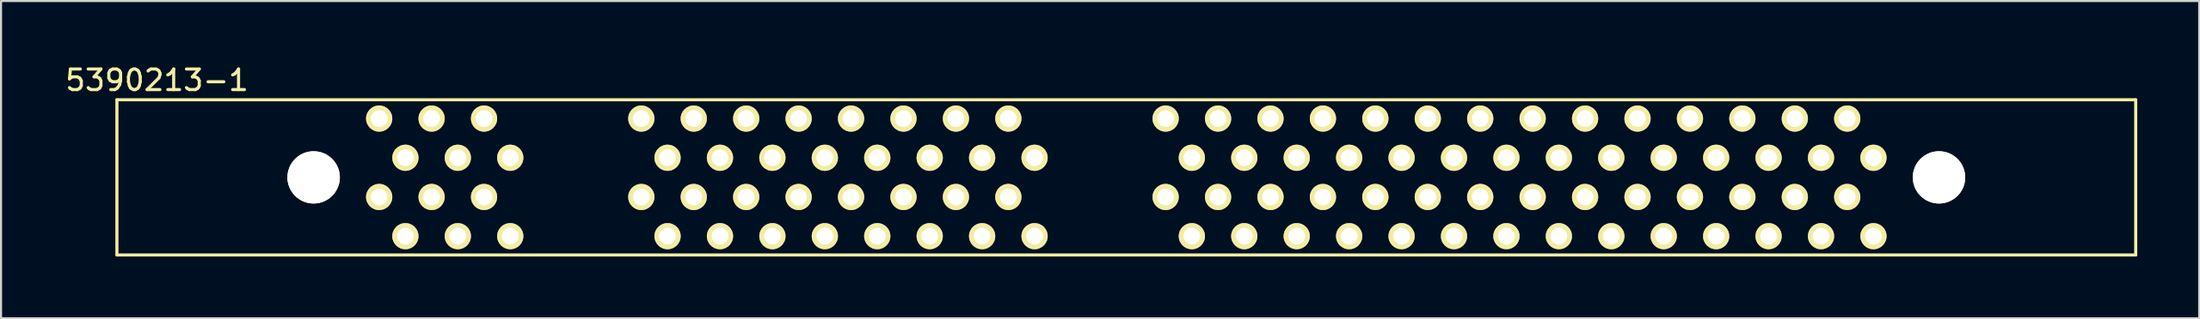
<source format=kicad_pcb>
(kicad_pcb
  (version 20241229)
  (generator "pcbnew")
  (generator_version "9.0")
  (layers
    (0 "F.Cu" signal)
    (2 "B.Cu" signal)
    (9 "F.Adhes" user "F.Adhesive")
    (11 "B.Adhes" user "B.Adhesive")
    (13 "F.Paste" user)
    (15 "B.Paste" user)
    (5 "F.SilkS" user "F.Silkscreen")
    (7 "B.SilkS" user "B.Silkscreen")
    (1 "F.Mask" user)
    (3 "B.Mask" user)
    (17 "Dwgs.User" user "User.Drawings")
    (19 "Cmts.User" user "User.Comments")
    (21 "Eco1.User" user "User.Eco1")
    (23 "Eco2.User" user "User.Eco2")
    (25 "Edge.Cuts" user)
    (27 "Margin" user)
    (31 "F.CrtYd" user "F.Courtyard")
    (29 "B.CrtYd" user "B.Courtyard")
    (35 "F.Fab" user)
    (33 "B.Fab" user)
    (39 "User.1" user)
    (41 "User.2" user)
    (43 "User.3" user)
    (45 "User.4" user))
  (footprint "5390213-1"
    (layer "F.Cu")
    (at 51.514 5.568)
    (property "Reference" "5390213-1" (at -46.96 -4.72 0) (layer "F.SilkS") (effects (font (size 1 1) (thickness 0.15))))
    (attr through_hole)
    (fp_line (start -48.9 -3.77) (end -48.9 3.77) (stroke (width 0.15) (type solid)) (layer "F.SilkS"))
    (fp_line (start -48.9 3.77) (end 48.9 3.77) (stroke (width 0.15) (type solid)) (layer "F.SilkS"))
    (fp_line (start 48.9 -3.77) (end -48.9 -3.77) (stroke (width 0.15) (type solid)) (layer "F.SilkS"))
    (fp_line (start 48.9 3.77) (end 48.9 -3.77) (stroke (width 0.15) (type solid)) (layer "F.SilkS"))
    (pad "" np_thru_hole circle (at -39.37 0) (size 2.54 2.54) (drill 2.54) (layers "*.Cu" "*.Mask" "F.SilkS"))
    (pad "" np_thru_hole circle (at 39.37 0) (size 2.54 2.54) (drill 2.54) (layers "*.Cu" "*.Mask" "F.SilkS"))
    (pad "1" thru_hole circle (at -36.195 0.953) (size 1.27 1.27) (drill 0.813) (layers "*.Cu" "*.Mask" "F.SilkS"))
    (pad "2" thru_hole circle (at -34.925 2.857) (size 1.27 1.27) (drill 0.813) (layers "*.Cu" "*.Mask" "F.SilkS"))
    (pad "3" thru_hole circle (at -33.655 0.953) (size 1.27 1.27) (drill 0.813) (layers "*.Cu" "*.Mask" "F.SilkS"))
    (pad "4" thru_hole circle (at -32.385 2.857) (size 1.27 1.27) (drill 0.813) (layers "*.Cu" "*.Mask" "F.SilkS"))
    (pad "5" thru_hole circle (at -31.115 0.953) (size 1.27 1.27) (drill 0.813) (layers "*.Cu" "*.Mask" "F.SilkS"))
    (pad "6" thru_hole circle (at -29.845 2.857) (size 1.27 1.27) (drill 0.813) (layers "*.Cu" "*.Mask" "F.SilkS"))
    (pad "7" thru_hole circle (at -23.495 0.953) (size 1.27 1.27) (drill 0.813) (layers "*.Cu" "*.Mask" "F.SilkS"))
    (pad "8" thru_hole circle (at -22.225 2.857) (size 1.27 1.27) (drill 0.813) (layers "*.Cu" "*.Mask" "F.SilkS"))
    (pad "9" thru_hole circle (at -20.955 0.953) (size 1.27 1.27) (drill 0.813) (layers "*.Cu" "*.Mask" "F.SilkS"))
    (pad "10" thru_hole circle (at -19.685 2.857) (size 1.27 1.27) (drill 0.813) (layers "*.Cu" "*.Mask" "F.SilkS"))
    (pad "11" thru_hole circle (at -18.415 0.953) (size 1.27 1.27) (drill 0.813) (layers "*.Cu" "*.Mask" "F.SilkS"))
    (pad "12" thru_hole circle (at -17.145 2.857) (size 1.27 1.27) (drill 0.813) (layers "*.Cu" "*.Mask" "F.SilkS"))
    (pad "13" thru_hole circle (at -15.875 0.953) (size 1.27 1.27) (drill 0.813) (layers "*.Cu" "*.Mask" "F.SilkS"))
    (pad "14" thru_hole circle (at -14.605 2.857) (size 1.27 1.27) (drill 0.813) (layers "*.Cu" "*.Mask" "F.SilkS"))
    (pad "15" thru_hole circle (at -13.335 0.953) (size 1.27 1.27) (drill 0.813) (layers "*.Cu" "*.Mask" "F.SilkS"))
    (pad "16" thru_hole circle (at -12.065 2.857) (size 1.27 1.27) (drill 0.813) (layers "*.Cu" "*.Mask" "F.SilkS"))
    (pad "17" thru_hole circle (at -10.795 0.953) (size 1.27 1.27) (drill 0.813) (layers "*.Cu" "*.Mask" "F.SilkS"))
    (pad "18" thru_hole circle (at -9.525 2.857) (size 1.27 1.27) (drill 0.813) (layers "*.Cu" "*.Mask" "F.SilkS"))
    (pad "19" thru_hole circle (at -8.255 0.953) (size 1.27 1.27) (drill 0.813) (layers "*.Cu" "*.Mask" "F.SilkS"))
    (pad "20" thru_hole circle (at -6.985 2.857) (size 1.27 1.27) (drill 0.813) (layers "*.Cu" "*.Mask" "F.SilkS"))
    (pad "21" thru_hole circle (at -5.715 0.953) (size 1.27 1.27) (drill 0.813) (layers "*.Cu" "*.Mask" "F.SilkS"))
    (pad "22" thru_hole circle (at -4.445 2.857) (size 1.27 1.27) (drill 0.813) (layers "*.Cu" "*.Mask" "F.SilkS"))
    (pad "23" thru_hole circle (at 1.905 0.953) (size 1.27 1.27) (drill 0.813) (layers "*.Cu" "*.Mask" "F.SilkS"))
    (pad "24" thru_hole circle (at 3.175 2.857) (size 1.27 1.27) (drill 0.813) (layers "*.Cu" "*.Mask" "F.SilkS"))
    (pad "25" thru_hole circle (at 4.445 0.953) (size 1.27 1.27) (drill 0.813) (layers "*.Cu" "*.Mask" "F.SilkS"))
    (pad "26" thru_hole circle (at 5.715 2.857) (size 1.27 1.27) (drill 0.813) (layers "*.Cu" "*.Mask" "F.SilkS"))
    (pad "27" thru_hole circle (at 6.985 0.953) (size 1.27 1.27) (drill 0.813) (layers "*.Cu" "*.Mask" "F.SilkS"))
    (pad "28" thru_hole circle (at 8.255 2.857) (size 1.27 1.27) (drill 0.813) (layers "*.Cu" "*.Mask" "F.SilkS"))
    (pad "29" thru_hole circle (at 9.525 0.953) (size 1.27 1.27) (drill 0.813) (layers "*.Cu" "*.Mask" "F.SilkS"))
    (pad "30" thru_hole circle (at 10.795 2.857) (size 1.27 1.27) (drill 0.813) (layers "*.Cu" "*.Mask" "F.SilkS"))
    (pad "31" thru_hole circle (at 12.065 0.953) (size 1.27 1.27) (drill 0.813) (layers "*.Cu" "*.Mask" "F.SilkS"))
    (pad "32" thru_hole circle (at 13.335 2.857) (size 1.27 1.27) (drill 0.813) (layers "*.Cu" "*.Mask" "F.SilkS"))
    (pad "33" thru_hole circle (at 14.605 0.953) (size 1.27 1.27) (drill 0.813) (layers "*.Cu" "*.Mask" "F.SilkS"))
    (pad "34" thru_hole circle (at 15.875 2.857) (size 1.27 1.27) (drill 0.813) (layers "*.Cu" "*.Mask" "F.SilkS"))
    (pad "35" thru_hole circle (at 17.145 0.953) (size 1.27 1.27) (drill 0.813) (layers "*.Cu" "*.Mask" "F.SilkS"))
    (pad "36" thru_hole circle (at 18.415 2.857) (size 1.27 1.27) (drill 0.813) (layers "*.Cu" "*.Mask" "F.SilkS"))
    (pad "37" thru_hole circle (at 19.685 0.953) (size 1.27 1.27) (drill 0.813) (layers "*.Cu" "*.Mask" "F.SilkS"))
    (pad "38" thru_hole circle (at 20.955 2.857) (size 1.27 1.27) (drill 0.813) (layers "*.Cu" "*.Mask" "F.SilkS"))
    (pad "39" thru_hole circle (at 22.225 0.953) (size 1.27 1.27) (drill 0.813) (layers "*.Cu" "*.Mask" "F.SilkS"))
    (pad "40" thru_hole circle (at 23.495 2.857) (size 1.27 1.27) (drill 0.813) (layers "*.Cu" "*.Mask" "F.SilkS"))
    (pad "41" thru_hole circle (at 24.765 0.953) (size 1.27 1.27) (drill 0.813) (layers "*.Cu" "*.Mask" "F.SilkS"))
    (pad "42" thru_hole circle (at 26.035 2.857) (size 1.27 1.27) (drill 0.813) (layers "*.Cu" "*.Mask" "F.SilkS"))
    (pad "43" thru_hole circle (at 27.305 0.953) (size 1.27 1.27) (drill 0.813) (layers "*.Cu" "*.Mask" "F.SilkS"))
    (pad "44" thru_hole circle (at 28.575 2.857) (size 1.27 1.27) (drill 0.813) (layers "*.Cu" "*.Mask" "F.SilkS"))
    (pad "45" thru_hole circle (at 29.845 0.953) (size 1.27 1.27) (drill 0.813) (layers "*.Cu" "*.Mask" "F.SilkS"))
    (pad "46" thru_hole circle (at 31.115 2.857) (size 1.27 1.27) (drill 0.813) (layers "*.Cu" "*.Mask" "F.SilkS"))
    (pad "47" thru_hole circle (at 32.385 0.953) (size 1.27 1.27) (drill 0.813) (layers "*.Cu" "*.Mask" "F.SilkS"))
    (pad "48" thru_hole circle (at 33.655 2.857) (size 1.27 1.27) (drill 0.813) (layers "*.Cu" "*.Mask" "F.SilkS"))
    (pad "49" thru_hole circle (at 34.925 0.953) (size 1.27 1.27) (drill 0.813) (layers "*.Cu" "*.Mask" "F.SilkS"))
    (pad "50" thru_hole circle (at 36.195 2.857) (size 1.27 1.27) (drill 0.813) (layers "*.Cu" "*.Mask" "F.SilkS"))
    (pad "51" thru_hole circle (at -36.195 -2.857) (size 1.27 1.27) (drill 0.813) (layers "*.Cu" "*.Mask" "F.SilkS"))
    (pad "52" thru_hole circle (at -34.925 -0.953) (size 1.27 1.27) (drill 0.813) (layers "*.Cu" "*.Mask" "F.SilkS"))
    (pad "53" thru_hole circle (at -33.655 -2.857) (size 1.27 1.27) (drill 0.813) (layers "*.Cu" "*.Mask" "F.SilkS"))
    (pad "54" thru_hole circle (at -32.385 -0.953) (size 1.27 1.27) (drill 0.813) (layers "*.Cu" "*.Mask" "F.SilkS"))
    (pad "55" thru_hole circle (at -31.115 -2.857) (size 1.27 1.27) (drill 0.813) (layers "*.Cu" "*.Mask" "F.SilkS"))
    (pad "56" thru_hole circle (at -29.845 -0.953) (size 1.27 1.27) (drill 0.813) (layers "*.Cu" "*.Mask" "F.SilkS"))
    (pad "57" thru_hole circle (at -23.495 -2.857) (size 1.27 1.27) (drill 0.813) (layers "*.Cu" "*.Mask" "F.SilkS"))
    (pad "58" thru_hole circle (at -22.225 -0.953) (size 1.27 1.27) (drill 0.813) (layers "*.Cu" "*.Mask" "F.SilkS"))
    (pad "59" thru_hole circle (at -20.955 -2.857) (size 1.27 1.27) (drill 0.813) (layers "*.Cu" "*.Mask" "F.SilkS"))
    (pad "60" thru_hole circle (at -19.685 -0.953) (size 1.27 1.27) (drill 0.813) (layers "*.Cu" "*.Mask" "F.SilkS"))
    (pad "61" thru_hole circle (at -18.415 -2.857) (size 1.27 1.27) (drill 0.813) (layers "*.Cu" "*.Mask" "F.SilkS"))
    (pad "62" thru_hole circle (at -17.145 -0.953) (size 1.27 1.27) (drill 0.813) (layers "*.Cu" "*.Mask" "F.SilkS"))
    (pad "63" thru_hole circle (at -15.875 -2.857) (size 1.27 1.27) (drill 0.813) (layers "*.Cu" "*.Mask" "F.SilkS"))
    (pad "64" thru_hole circle (at -14.605 -0.953) (size 1.27 1.27) (drill 0.813) (layers "*.Cu" "*.Mask" "F.SilkS"))
    (pad "65" thru_hole circle (at -13.335 -2.857) (size 1.27 1.27) (drill 0.813) (layers "*.Cu" "*.Mask" "F.SilkS"))
    (pad "66" thru_hole circle (at -12.065 -0.953) (size 1.27 1.27) (drill 0.813) (layers "*.Cu" "*.Mask" "F.SilkS"))
    (pad "67" thru_hole circle (at -10.795 -2.857) (size 1.27 1.27) (drill 0.813) (layers "*.Cu" "*.Mask" "F.SilkS"))
    (pad "68" thru_hole circle (at -9.525 -0.953) (size 1.27 1.27) (drill 0.813) (layers "*.Cu" "*.Mask" "F.SilkS"))
    (pad "69" thru_hole circle (at -8.255 -2.857) (size 1.27 1.27) (drill 0.813) (layers "*.Cu" "*.Mask" "F.SilkS"))
    (pad "70" thru_hole circle (at -6.985 -0.953) (size 1.27 1.27) (drill 0.813) (layers "*.Cu" "*.Mask" "F.SilkS"))
    (pad "71" thru_hole circle (at -5.715 -2.857) (size 1.27 1.27) (drill 0.813) (layers "*.Cu" "*.Mask" "F.SilkS"))
    (pad "72" thru_hole circle (at -4.445 -0.953) (size 1.27 1.27) (drill 0.813) (layers "*.Cu" "*.Mask" "F.SilkS"))
    (pad "73" thru_hole circle (at 1.905 -2.857) (size 1.27 1.27) (drill 0.813) (layers "*.Cu" "*.Mask" "F.SilkS"))
    (pad "74" thru_hole circle (at 3.175 -0.953) (size 1.27 1.27) (drill 0.813) (layers "*.Cu" "*.Mask" "F.SilkS"))
    (pad "75" thru_hole circle (at 4.445 -2.857) (size 1.27 1.27) (drill 0.813) (layers "*.Cu" "*.Mask" "F.SilkS"))
    (pad "76" thru_hole circle (at 5.715 -0.953) (size 1.27 1.27) (drill 0.813) (layers "*.Cu" "*.Mask" "F.SilkS"))
    (pad "77" thru_hole circle (at 6.985 -2.857) (size 1.27 1.27) (drill 0.813) (layers "*.Cu" "*.Mask" "F.SilkS"))
    (pad "78" thru_hole circle (at 8.255 -0.953) (size 1.27 1.27) (drill 0.813) (layers "*.Cu" "*.Mask" "F.SilkS"))
    (pad "79" thru_hole circle (at 9.525 -2.857) (size 1.27 1.27) (drill 0.813) (layers "*.Cu" "*.Mask" "F.SilkS"))
    (pad "80" thru_hole circle (at 10.795 -0.953) (size 1.27 1.27) (drill 0.813) (layers "*.Cu" "*.Mask" "F.SilkS"))
    (pad "81" thru_hole circle (at 12.065 -2.857) (size 1.27 1.27) (drill 0.813) (layers "*.Cu" "*.Mask" "F.SilkS"))
    (pad "82" thru_hole circle (at 13.335 -0.953) (size 1.27 1.27) (drill 0.813) (layers "*.Cu" "*.Mask" "F.SilkS"))
    (pad "83" thru_hole circle (at 14.605 -2.857) (size 1.27 1.27) (drill 0.813) (layers "*.Cu" "*.Mask" "F.SilkS"))
    (pad "84" thru_hole circle (at 15.875 -0.953) (size 1.27 1.27) (drill 0.813) (layers "*.Cu" "*.Mask" "F.SilkS"))
    (pad "85" thru_hole circle (at 17.145 -2.857) (size 1.27 1.27) (drill 0.813) (layers "*.Cu" "*.Mask" "F.SilkS"))
    (pad "86" thru_hole circle (at 18.415 -0.953) (size 1.27 1.27) (drill 0.813) (layers "*.Cu" "*.Mask" "F.SilkS"))
    (pad "87" thru_hole circle (at 19.685 -2.857) (size 1.27 1.27) (drill 0.813) (layers "*.Cu" "*.Mask" "F.SilkS"))
    (pad "88" thru_hole circle (at 20.955 -0.953) (size 1.27 1.27) (drill 0.813) (layers "*.Cu" "*.Mask" "F.SilkS"))
    (pad "89" thru_hole circle (at 22.225 -2.857) (size 1.27 1.27) (drill 0.813) (layers "*.Cu" "*.Mask" "F.SilkS"))
    (pad "90" thru_hole circle (at 23.495 -0.953) (size 1.27 1.27) (drill 0.813) (layers "*.Cu" "*.Mask" "F.SilkS"))
    (pad "91" thru_hole circle (at 24.765 -2.857) (size 1.27 1.27) (drill 0.813) (layers "*.Cu" "*.Mask" "F.SilkS"))
    (pad "92" thru_hole circle (at 26.035 -0.953) (size 1.27 1.27) (drill 0.813) (layers "*.Cu" "*.Mask" "F.SilkS"))
    (pad "93" thru_hole circle (at 27.305 -2.857) (size 1.27 1.27) (drill 0.813) (layers "*.Cu" "*.Mask" "F.SilkS"))
    (pad "94" thru_hole circle (at 28.575 -0.953) (size 1.27 1.27) (drill 0.813) (layers "*.Cu" "*.Mask" "F.SilkS"))
    (pad "95" thru_hole circle (at 29.845 -2.857) (size 1.27 1.27) (drill 0.813) (layers "*.Cu" "*.Mask" "F.SilkS"))
    (pad "96" thru_hole circle (at 31.115 -0.953) (size 1.27 1.27) (drill 0.813) (layers "*.Cu" "*.Mask" "F.SilkS"))
    (pad "97" thru_hole circle (at 32.385 -2.857) (size 1.27 1.27) (drill 0.813) (layers "*.Cu" "*.Mask" "F.SilkS"))
    (pad "98" thru_hole circle (at 33.655 -0.953) (size 1.27 1.27) (drill 0.813) (layers "*.Cu" "*.Mask" "F.SilkS"))
    (pad "99" thru_hole circle (at 34.925 -2.857) (size 1.27 1.27) (drill 0.813) (layers "*.Cu" "*.Mask" "F.SilkS"))
    (pad "100" thru_hole circle (at 36.195 -0.953) (size 1.27 1.27) (drill 0.813) (layers "*.Cu" "*.Mask" "F.SilkS")))
  (gr_rect
    (start -3 -3)
    (end 103.489 12.413)
    (stroke (width 0.1) (type default))
    (fill no)
    (layer "Edge.Cuts")))
</source>
